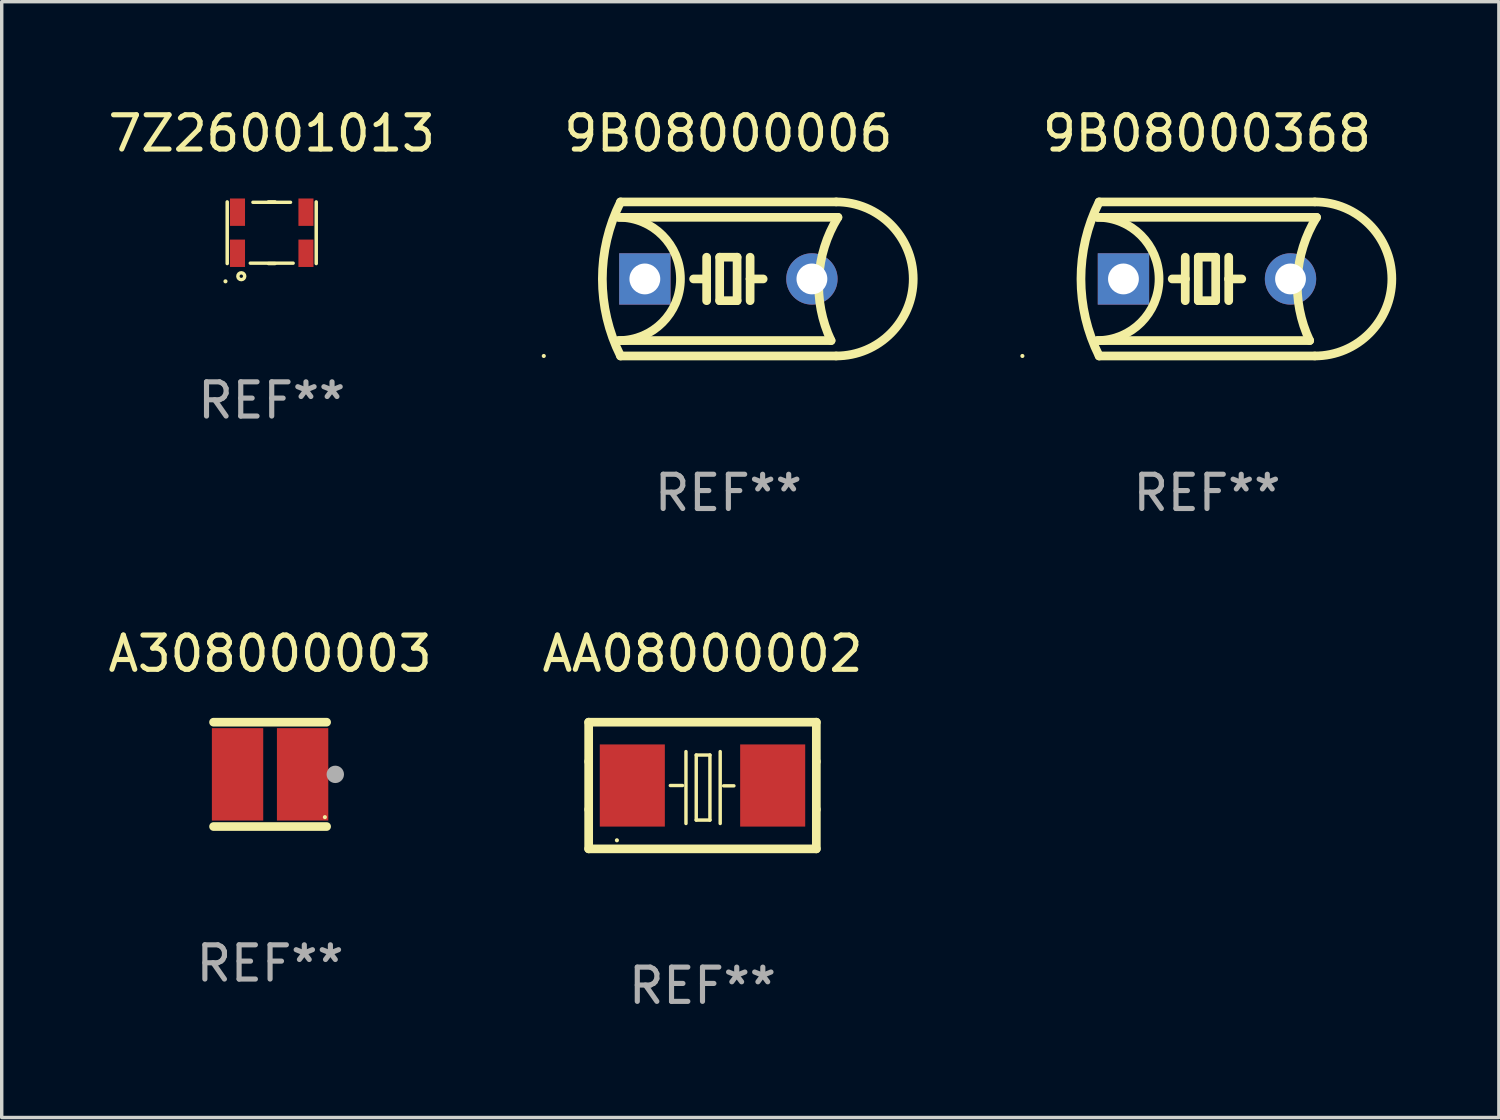
<source format=kicad_pcb>
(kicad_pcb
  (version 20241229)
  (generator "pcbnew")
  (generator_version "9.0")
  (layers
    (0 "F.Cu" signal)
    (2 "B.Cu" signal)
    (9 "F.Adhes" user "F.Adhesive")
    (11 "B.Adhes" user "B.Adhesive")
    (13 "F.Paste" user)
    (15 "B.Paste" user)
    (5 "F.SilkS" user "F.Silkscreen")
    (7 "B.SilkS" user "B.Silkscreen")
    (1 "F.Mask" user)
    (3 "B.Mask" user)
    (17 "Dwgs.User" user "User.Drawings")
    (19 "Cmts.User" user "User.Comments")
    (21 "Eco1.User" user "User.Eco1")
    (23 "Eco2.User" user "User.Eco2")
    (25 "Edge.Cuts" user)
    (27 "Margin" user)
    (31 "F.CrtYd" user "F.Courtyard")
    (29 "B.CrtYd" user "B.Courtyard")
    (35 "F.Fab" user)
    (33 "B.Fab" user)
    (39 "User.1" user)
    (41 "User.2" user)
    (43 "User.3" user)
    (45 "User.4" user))
  (footprint "9B08000006"
    (layer "F.Cu")
    (at 18.226 5.098)
    (property "Reference" "9B08000006" (at 0 -4.25 0) (layer "F.SilkS") (effects (font (size 1 1) (thickness 0.15))))
    (attr through_hole)
    (fp_line (start -3.2 -1.8) (end 3.2 -1.8) (stroke (width 0.254) (type solid)) (layer "F.SilkS"))
    (fp_line (start -3.15 2.25) (end 3.15 2.25) (stroke (width 0.254) (type solid)) (layer "F.SilkS"))
    (fp_line (start -0.635 -0.635) (end -0.635 0) (stroke (width 0.254) (type solid)) (layer "F.SilkS"))
    (fp_line (start -0.635 0) (end -1.016 0) (stroke (width 0.254) (type solid)) (layer "F.SilkS"))
    (fp_line (start -0.635 0) (end -0.635 0.635) (stroke (width 0.254) (type solid)) (layer "F.SilkS"))
    (fp_line (start -0.254 -0.635) (end -0.254 0.635) (stroke (width 0.254) (type solid)) (layer "F.SilkS"))
    (fp_line (start -0.254 0.635) (end 0.254 0.635) (stroke (width 0.254) (type solid)) (layer "F.SilkS"))
    (fp_line (start 0.254 -0.635) (end -0.254 -0.635) (stroke (width 0.254) (type solid)) (layer "F.SilkS"))
    (fp_line (start 0.254 0.635) (end 0.254 -0.635) (stroke (width 0.254) (type solid)) (layer "F.SilkS"))
    (fp_line (start 0.635 -0.635) (end 0.635 0) (stroke (width 0.254) (type solid)) (layer "F.SilkS"))
    (fp_line (start 0.635 0) (end 0.635 0.635) (stroke (width 0.254) (type solid)) (layer "F.SilkS"))
    (fp_line (start 0.635 0) (end 1.016 0) (stroke (width 0.254) (type solid)) (layer "F.SilkS"))
    (fp_line (start 3 1.8) (end -3.2 1.8) (stroke (width 0.254) (type solid)) (layer "F.SilkS"))
    (fp_line (start 3.15 -2.25) (end -3.15 -2.25) (stroke (width 0.254) (type solid)) (layer "F.SilkS"))
    (fp_arc (start -3.200406 -1.800864) (mid -1.399974 -0.000635) (end -3.2 1.8) (stroke (width 0.254001) (type solid)) (layer "F.SilkS"))
    (fp_arc (start -3.149606 2.250444) (mid -3.680941 0.000261) (end -3.149987 -2.250013) (stroke (width 0.254001) (type solid)) (layer "F.SilkS"))
    (fp_arc (start 2.999746 1.800863) (mid 2.642982 -0.024977) (end 3.2 -1.8) (stroke (width 0.254001) (type solid)) (layer "F.SilkS"))
    (fp_arc (start 3.149607 -2.250445) (mid 5.399848 -0.000406) (end 3.149987 2.250013) (stroke (width 0.254001) (type solid)) (layer "F.SilkS"))
    (fp_circle (center -5.392 2.25) (end -5.362 2.25) (stroke (width 0.06) (type solid)) (fill no) (layer "F.SilkS"))
    (fp_text user "REF**" (at 0 6.25 0) (layer "F.Fab") (effects (font (size 1 1) (thickness 0.15))))
    (pad "1" thru_hole rect (at -2.44 0) (size 1.5 1.5) (drill 0.9) (layers "*.Cu" "*.Mask"))
    (pad "2" thru_hole circle (at 2.44 0) (size 1.5 1.5) (drill 0.9) (layers "*.Cu" "*.Mask")))
  (footprint "A308000003"
    (layer "F.Cu")
    (at 4.839 19.569)
    (property "Reference" "A308000003" (at 0 -3.524 0) (layer "F.SilkS") (effects (font (size 1 1) (thickness 0.15))))
    (attr through_hole)
    (fp_line (start 1.651 -1.524) (end -1.651 -1.524) (stroke (width 0.254) (type solid)) (layer "F.SilkS"))
    (fp_line (start 1.651 1.524) (end -1.651 1.524) (stroke (width 0.254) (type solid)) (layer "F.SilkS"))
    (fp_circle (center 1.601 1.25) (end 1.631 1.25) (stroke (width 0.06) (type solid)) (fill no) (layer "F.SilkS"))
    (fp_circle (center 1.905 0) (end 2.032 0) (stroke (width 0.254) (type solid)) (fill no) (layer "F.Fab"))
    (fp_text user "REF**" (at 0 5.524 0) (layer "F.Fab") (effects (font (size 1 1) (thickness 0.15))))
    (pad "1" smd rect (at 0.95 0) (size 1.5 2.7) (layers "F.Cu" "F.Mask" "F.Paste"))
    (pad "2" smd rect (at -0.95 0) (size 1.5 2.7) (layers "F.Cu" "F.Mask" "F.Paste")))
  (footprint "9B08000368"
    (layer "F.Cu")
    (at 32.206 5.098)
    (property "Reference" "9B08000368" (at 0 -4.25 0) (layer "F.SilkS") (effects (font (size 1 1) (thickness 0.15))))
    (attr through_hole)
    (fp_line (start -3.2 -1.8) (end 3.2 -1.8) (stroke (width 0.254) (type solid)) (layer "F.SilkS"))
    (fp_line (start -3.15 2.25) (end 3.15 2.25) (stroke (width 0.254) (type solid)) (layer "F.SilkS"))
    (fp_line (start -0.635 -0.635) (end -0.635 0) (stroke (width 0.254) (type solid)) (layer "F.SilkS"))
    (fp_line (start -0.635 0) (end -1.016 0) (stroke (width 0.254) (type solid)) (layer "F.SilkS"))
    (fp_line (start -0.635 0) (end -0.635 0.635) (stroke (width 0.254) (type solid)) (layer "F.SilkS"))
    (fp_line (start -0.254 -0.635) (end -0.254 0.635) (stroke (width 0.254) (type solid)) (layer "F.SilkS"))
    (fp_line (start -0.254 0.635) (end 0.254 0.635) (stroke (width 0.254) (type solid)) (layer "F.SilkS"))
    (fp_line (start 0.254 -0.635) (end -0.254 -0.635) (stroke (width 0.254) (type solid)) (layer "F.SilkS"))
    (fp_line (start 0.254 0.635) (end 0.254 -0.635) (stroke (width 0.254) (type solid)) (layer "F.SilkS"))
    (fp_line (start 0.635 -0.635) (end 0.635 0) (stroke (width 0.254) (type solid)) (layer "F.SilkS"))
    (fp_line (start 0.635 0) (end 0.635 0.635) (stroke (width 0.254) (type solid)) (layer "F.SilkS"))
    (fp_line (start 0.635 0) (end 1.016 0) (stroke (width 0.254) (type solid)) (layer "F.SilkS"))
    (fp_line (start 3 1.8) (end -3.2 1.8) (stroke (width 0.254) (type solid)) (layer "F.SilkS"))
    (fp_line (start 3.15 -2.25) (end -3.15 -2.25) (stroke (width 0.254) (type solid)) (layer "F.SilkS"))
    (fp_arc (start -3.200406 -1.800864) (mid -1.399974 -0.000635) (end -3.2 1.8) (stroke (width 0.254001) (type solid)) (layer "F.SilkS"))
    (fp_arc (start -3.149606 2.250444) (mid -3.680941 0.000261) (end -3.149987 -2.250013) (stroke (width 0.254001) (type solid)) (layer "F.SilkS"))
    (fp_arc (start 2.999746 1.800863) (mid 2.642982 -0.024977) (end 3.2 -1.8) (stroke (width 0.254001) (type solid)) (layer "F.SilkS"))
    (fp_arc (start 3.149607 -2.250445) (mid 5.399848 -0.000406) (end 3.149987 2.250013) (stroke (width 0.254001) (type solid)) (layer "F.SilkS"))
    (fp_circle (center -5.392 2.25) (end -5.362 2.25) (stroke (width 0.06) (type solid)) (fill no) (layer "F.SilkS"))
    (fp_text user "REF**" (at 0 6.25 0) (layer "F.Fab") (effects (font (size 1 1) (thickness 0.15))))
    (pad "1" thru_hole rect (at -2.44 0) (size 1.5 1.5) (drill 0.9) (layers "*.Cu" "*.Mask"))
    (pad "2" thru_hole circle (at 2.44 0) (size 1.5 1.5) (drill 0.9) (layers "*.Cu" "*.Mask")))
  (footprint "AA08000002"
    (layer "F.Cu")
    (at 17.47 19.895)
    (property "Reference" "AA08000002" (at 0 -3.85 0) (layer "F.SilkS") (effects (font (size 1 1) (thickness 0.15))))
    (attr through_hole)
    (fp_line (start -3.325 0.7) (end -3.325 -0.7) (stroke (width 0.254) (type solid)) (layer "F.SilkS"))
    (fp_line (start -3.325 -1.85) (end 3.325 -1.85) (stroke (width 0.254) (type solid)) (layer "F.SilkS"))
    (fp_line (start -3.325 -0.7) (end -3.325 -1.85) (stroke (width 0.254) (type solid)) (layer "F.SilkS"))
    (fp_line (start -3.325 1.85) (end -3.325 0.7) (stroke (width 0.254) (type solid)) (layer "F.SilkS"))
    (fp_line (start -0.94 -0.000127) (end -0.584 -0.000127) (stroke (width 0.1) (type solid)) (layer "F.SilkS"))
    (fp_line (start -0.483 -0.991) (end -0.483 1.109) (stroke (width 0.1) (type solid)) (layer "F.SilkS"))
    (fp_line (start -0.183 -0.891) (end -0.183 1.009) (stroke (width 0.1) (type solid)) (layer "F.SilkS"))
    (fp_line (start -0.183 1.009) (end 0.217 1.009) (stroke (width 0.1) (type solid)) (layer "F.SilkS"))
    (fp_line (start 0.217 -0.891) (end -0.183 -0.891) (stroke (width 0.1) (type solid)) (layer "F.SilkS"))
    (fp_line (start 0.217 1.009) (end 0.217 -0.891) (stroke (width 0.1) (type solid)) (layer "F.SilkS"))
    (fp_line (start 0.517 -0.991) (end 0.517 1.109) (stroke (width 0.1) (type solid)) (layer "F.SilkS"))
    (fp_line (start 0.617 0.009) (end 0.917 0.009) (stroke (width 0.1) (type solid)) (layer "F.SilkS"))
    (fp_line (start 3.325 -1.85) (end 3.325 -0.7) (stroke (width 0.254) (type solid)) (layer "F.SilkS"))
    (fp_line (start 3.325 0.7) (end 3.325 1.85) (stroke (width 0.254) (type solid)) (layer "F.SilkS"))
    (fp_line (start 3.325 1.85) (end -3.325 1.85) (stroke (width 0.254) (type solid)) (layer "F.SilkS"))
    (fp_line (start 3.325 -0.7) (end 3.325 0.7) (stroke (width 0.254) (type solid)) (layer "F.SilkS"))
    (fp_circle (center -2.5 1.6) (end -2.47 1.6) (stroke (width 0.06) (type solid)) (fill no) (layer "F.SilkS"))
    (fp_text user "REF**" (at 0 5.85 0) (layer "F.Fab") (effects (font (size 1 1) (thickness 0.15))))
    (pad "1" smd rect (at -2.05 -0.000127) (size 1.9 2.4) (layers "F.Cu" "F.Mask" "F.Paste"))
    (pad "2" smd rect (at 2.05 -0.000127) (size 1.9 2.4) (layers "F.Cu" "F.Mask" "F.Paste")))
  (footprint "7Z26001013"
    (layer "F.Cu")
    (at 4.887 3.748)
    (property "Reference" "7Z26001013" (at 0 -2.9 0) (layer "F.SilkS") (effects (font (size 1 1) (thickness 0.15))))
    (attr through_hole)
    (fp_line (start -1.3 -0.9) (end -1.3 0.9) (stroke (width 0.102) (type solid)) (layer "F.SilkS"))
    (fp_line (start -0.626 0.889) (end 0.626 0.889) (stroke (width 0.1) (type solid)) (layer "F.SilkS"))
    (fp_line (start -0.549 -0.889) (end 0.549 -0.889) (stroke (width 0.1) (type solid)) (layer "F.SilkS"))
    (fp_line (start -0.095 -0.9) (end 0.095 -0.9) (stroke (width 0.102) (type solid)) (layer "F.SilkS"))
    (fp_line (start -0.095 0.9) (end 0.095 0.9) (stroke (width 0.102) (type solid)) (layer "F.SilkS"))
    (fp_line (start 1.3 -0.9) (end 1.3 0.9) (stroke (width 0.102) (type solid)) (layer "F.SilkS"))
    (fp_circle (center -1.351 1.42) (end -1.321 1.42) (stroke (width 0.06) (type solid)) (fill no) (layer "F.SilkS"))
    (fp_circle (center -0.889 1.27) (end -0.789 1.27) (stroke (width 0.1) (type solid)) (fill no) (layer "F.SilkS"))
    (fp_text user "REF**" (at 0 4.9 0) (layer "F.Fab") (effects (font (size 1 1) (thickness 0.15))))
    (pad "1" smd rect (at -1 0.6) (size 0.44 0.8) (layers "F.Cu" "F.Mask" "F.Paste"))
    (pad "2" smd rect (at 1 0.6) (size 0.44 0.8) (layers "F.Cu" "F.Mask" "F.Paste"))
    (pad "3" smd rect (at 1 -0.6) (size 0.44 0.8) (layers "F.Cu" "F.Mask" "F.Paste"))
    (pad "4" smd rect (at -1 -0.6) (size 0.44 0.8) (layers "F.Cu" "F.Mask" "F.Paste")))
  (gr_rect
    (start -3 -3)
    (end 40.732 29.593)
    (stroke (width 0.1) (type default))
    (fill no)
    (layer "Edge.Cuts")))
</source>
